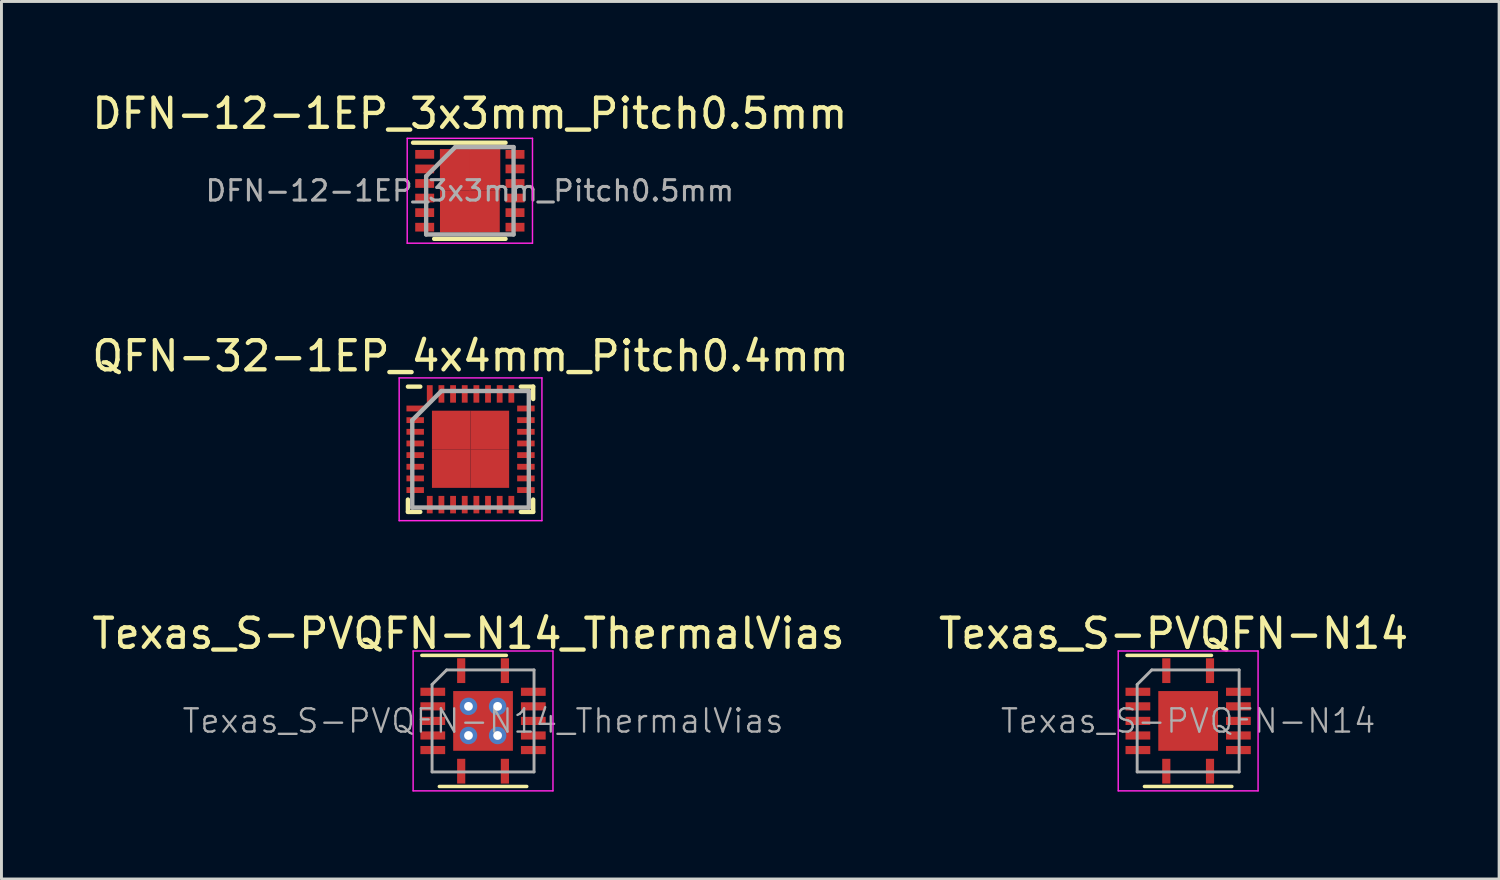
<source format=kicad_pcb>
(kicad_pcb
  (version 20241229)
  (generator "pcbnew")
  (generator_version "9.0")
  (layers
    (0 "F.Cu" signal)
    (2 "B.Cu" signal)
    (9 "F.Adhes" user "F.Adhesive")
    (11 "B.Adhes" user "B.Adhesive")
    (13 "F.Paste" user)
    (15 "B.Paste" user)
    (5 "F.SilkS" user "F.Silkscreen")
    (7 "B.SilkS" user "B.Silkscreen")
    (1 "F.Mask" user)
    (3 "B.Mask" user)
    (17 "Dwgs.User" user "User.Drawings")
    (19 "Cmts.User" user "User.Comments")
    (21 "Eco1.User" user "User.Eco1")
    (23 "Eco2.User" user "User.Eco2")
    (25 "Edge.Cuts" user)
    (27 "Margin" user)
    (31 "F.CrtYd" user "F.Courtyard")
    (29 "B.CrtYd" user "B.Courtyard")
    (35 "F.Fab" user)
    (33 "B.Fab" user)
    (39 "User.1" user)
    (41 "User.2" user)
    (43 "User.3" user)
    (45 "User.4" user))
  (footprint "Texas_S-PVQFN-N14"
    (layer "F.Cu")
    (at 37.732 21.695)
    (property "Reference" "Texas_S-PVQFN-N14" (at -0.5 -3 0) (layer "F.SilkS") (effects (font (size 1 1) (thickness 0.15))))
    (attr smd)
    (fp_line (start -1.5 2.25) (end 1.5 2.25) (stroke (width 0.12) (type solid)) (layer "F.SilkS"))
    (fp_line (start 0.8 -2.25) (end -2.1 -2.25) (stroke (width 0.12) (type solid)) (layer "F.SilkS"))
    (fp_line (start -2.4 -2.4) (end 2.4 -2.4) (stroke (width 0.05) (type solid)) (layer "F.CrtYd"))
    (fp_line (start -2.4 2.4) (end -2.4 -2.4) (stroke (width 0.05) (type solid)) (layer "F.CrtYd"))
    (fp_line (start 2.4 -2.4) (end 2.4 2.4) (stroke (width 0.05) (type solid)) (layer "F.CrtYd"))
    (fp_line (start 2.4 2.4) (end -2.4 2.4) (stroke (width 0.05) (type solid)) (layer "F.CrtYd"))
    (fp_line (start -1.75 1.75) (end -1.75 -1.25) (stroke (width 0.1) (type solid)) (layer "F.Fab"))
    (fp_line (start -1.25 -1.75) (end -1.75 -1.25) (stroke (width 0.1) (type solid)) (layer "F.Fab"))
    (fp_line (start -1.25 -1.75) (end 1.75 -1.75) (stroke (width 0.1) (type solid)) (layer "F.Fab"))
    (fp_line (start 1.75 -1.75) (end 1.75 1.75) (stroke (width 0.1) (type solid)) (layer "F.Fab"))
    (fp_line (start 1.75 1.75) (end -1.75 1.75) (stroke (width 0.1) (type solid)) (layer "F.Fab"))
    (fp_text user "${REFERENCE}" (at 0 0 0) (layer "F.Fab") (effects (font (size 0.8 0.8) (thickness 0.08))))
    (pad "" smd rect (at -0.56 -0.56 270) (size 0.82 0.82) (layers "F.Paste"))
    (pad "" smd rect (at -0.56 0.56 270) (size 0.82 0.82) (layers "F.Paste"))
    (pad "" smd rect (at 0.56 -0.56 270) (size 0.82 0.82) (layers "F.Paste"))
    (pad "" smd rect (at 0.56 0.56 270) (size 0.82 0.82) (layers "F.Paste"))
    (pad "1" smd rect (at -0.75 -1.725 270) (size 0.85 0.28) (layers "F.Cu" "F.Mask" "F.Paste"))
    (pad "2" smd rect (at -1.725 -1 270) (size 0.28 0.85) (layers "F.Cu" "F.Mask" "F.Paste"))
    (pad "3" smd rect (at -1.725 -0.5 270) (size 0.28 0.85) (layers "F.Cu" "F.Mask" "F.Paste"))
    (pad "4" smd rect (at -1.725 0 270) (size 0.28 0.85) (layers "F.Cu" "F.Mask" "F.Paste"))
    (pad "5" smd rect (at -1.725 0.5 270) (size 0.28 0.85) (layers "F.Cu" "F.Mask" "F.Paste"))
    (pad "6" smd rect (at -1.725 1 270) (size 0.28 0.85) (layers "F.Cu" "F.Mask" "F.Paste"))
    (pad "7" smd rect (at -0.75 1.725 270) (size 0.85 0.28) (layers "F.Cu" "F.Mask" "F.Paste"))
    (pad "8" smd rect (at 0.75 1.725 270) (size 0.85 0.28) (layers "F.Cu" "F.Mask" "F.Paste"))
    (pad "9" smd rect (at 1.725 1 270) (size 0.28 0.85) (layers "F.Cu" "F.Mask" "F.Paste"))
    (pad "10" smd rect (at 1.725 0.5 270) (size 0.28 0.85) (layers "F.Cu" "F.Mask" "F.Paste"))
    (pad "11" smd rect (at 1.725 0 270) (size 0.28 0.85) (layers "F.Cu" "F.Mask" "F.Paste"))
    (pad "12" smd rect (at 1.725 -0.5 270) (size 0.28 0.85) (layers "F.Cu" "F.Mask" "F.Paste"))
    (pad "13" smd rect (at 1.725 -1 270) (size 0.28 0.85) (layers "F.Cu" "F.Mask" "F.Paste"))
    (pad "14" smd rect (at 0.75 -1.725 270) (size 0.85 0.28) (layers "F.Cu" "F.Mask" "F.Paste"))
    (pad "15" smd rect (at 0 0 270) (size 2.05 2.05) (layers "F.Cu" "F.Mask")))
  (footprint "Texas_S-PVQFN-N14_ThermalVias"
    (layer "F.Cu")
    (at 13.53 21.695)
    (property "Reference" "Texas_S-PVQFN-N14_ThermalVias" (at -0.5 -3 0) (layer "F.SilkS") (effects (font (size 1 1) (thickness 0.15))))
    (attr smd)
    (fp_line (start -1.5 2.25) (end 1.5 2.25) (stroke (width 0.12) (type solid)) (layer "F.SilkS"))
    (fp_line (start 0.8 -2.25) (end -2.1 -2.25) (stroke (width 0.12) (type solid)) (layer "F.SilkS"))
    (fp_line (start -2.4 -2.4) (end 2.4 -2.4) (stroke (width 0.05) (type solid)) (layer "F.CrtYd"))
    (fp_line (start -2.4 2.4) (end -2.4 -2.4) (stroke (width 0.05) (type solid)) (layer "F.CrtYd"))
    (fp_line (start 2.4 -2.4) (end 2.4 2.4) (stroke (width 0.05) (type solid)) (layer "F.CrtYd"))
    (fp_line (start 2.4 2.4) (end -2.4 2.4) (stroke (width 0.05) (type solid)) (layer "F.CrtYd"))
    (fp_line (start -1.75 1.75) (end -1.75 -1.25) (stroke (width 0.1) (type solid)) (layer "F.Fab"))
    (fp_line (start -1.25 -1.75) (end -1.75 -1.25) (stroke (width 0.1) (type solid)) (layer "F.Fab"))
    (fp_line (start -1.25 -1.75) (end 1.75 -1.75) (stroke (width 0.1) (type solid)) (layer "F.Fab"))
    (fp_line (start 1.75 -1.75) (end 1.75 1.75) (stroke (width 0.1) (type solid)) (layer "F.Fab"))
    (fp_line (start 1.75 1.75) (end -1.75 1.75) (stroke (width 0.1) (type solid)) (layer "F.Fab"))
    (fp_text user "${REFERENCE}" (at 0 0 0) (layer "F.Fab") (effects (font (size 0.8 0.8) (thickness 0.08))))
    (pad "" smd rect (at -0.56 -0.56 270) (size 0.82 0.82) (layers "F.Paste"))
    (pad "" smd rect (at -0.56 0.56 270) (size 0.82 0.82) (layers "F.Paste"))
    (pad "" smd rect (at 0.56 -0.56 270) (size 0.82 0.82) (layers "F.Paste"))
    (pad "" smd rect (at 0.56 0.56 270) (size 0.82 0.82) (layers "F.Paste"))
    (pad "1" smd rect (at -0.75 -1.725 270) (size 0.85 0.28) (layers "F.Cu" "F.Mask" "F.Paste"))
    (pad "2" smd rect (at -1.725 -1 270) (size 0.28 0.85) (layers "F.Cu" "F.Mask" "F.Paste"))
    (pad "3" smd rect (at -1.725 -0.5 270) (size 0.28 0.85) (layers "F.Cu" "F.Mask" "F.Paste"))
    (pad "4" smd rect (at -1.725 0 270) (size 0.28 0.85) (layers "F.Cu" "F.Mask" "F.Paste"))
    (pad "5" smd rect (at -1.725 0.5 270) (size 0.28 0.85) (layers "F.Cu" "F.Mask" "F.Paste"))
    (pad "6" smd rect (at -1.725 1 270) (size 0.28 0.85) (layers "F.Cu" "F.Mask" "F.Paste"))
    (pad "7" smd rect (at -0.75 1.725 270) (size 0.85 0.28) (layers "F.Cu" "F.Mask" "F.Paste"))
    (pad "8" smd rect (at 0.75 1.725 270) (size 0.85 0.28) (layers "F.Cu" "F.Mask" "F.Paste"))
    (pad "9" smd rect (at 1.725 1 270) (size 0.28 0.85) (layers "F.Cu" "F.Mask" "F.Paste"))
    (pad "10" smd rect (at 1.725 0.5 270) (size 0.28 0.85) (layers "F.Cu" "F.Mask" "F.Paste"))
    (pad "11" smd rect (at 1.725 0 270) (size 0.28 0.85) (layers "F.Cu" "F.Mask" "F.Paste"))
    (pad "12" smd rect (at 1.725 -0.5 270) (size 0.28 0.85) (layers "F.Cu" "F.Mask" "F.Paste"))
    (pad "13" smd rect (at 1.725 -1 270) (size 0.28 0.85) (layers "F.Cu" "F.Mask" "F.Paste"))
    (pad "14" smd rect (at 0.75 -1.725 270) (size 0.85 0.28) (layers "F.Cu" "F.Mask" "F.Paste"))
    (pad "15" thru_hole circle (at -0.5 -0.5 270) (size 0.6 0.6) (drill 0.3) (layers "*.Cu" "F.Mask"))
    (pad "15" thru_hole circle (at -0.5 0.5 270) (size 0.6 0.6) (drill 0.3) (layers "*.Cu" "F.Mask"))
    (pad "15" smd rect (at 0 0 270) (size 2.05 2.05) (layers "F.Cu" "F.Mask"))
    (pad "15" thru_hole circle (at 0.5 -0.5 270) (size 0.6 0.6) (drill 0.3) (layers "*.Cu" "F.Mask"))
    (pad "15" thru_hole circle (at 0.5 0.5 270) (size 0.6 0.6) (drill 0.3) (layers "*.Cu" "F.Mask")))
  (footprint "QFN-32-1EP_4x4mm_Pitch0.4mm"
    (layer "F.Cu")
    (at 13.101 12.371)
    (property "Reference" "QFN-32-1EP_4x4mm_Pitch0.4mm" (at 0 -3.2 0) (layer "F.SilkS") (effects (font (size 1 1) (thickness 0.15))))
    (attr smd)
    (fp_line (start -2.15 -2.15) (end -1.725 -2.15) (stroke (width 0.15) (type solid)) (layer "F.SilkS"))
    (fp_line (start -2.15 2.15) (end -2.15 1.725) (stroke (width 0.15) (type solid)) (layer "F.SilkS"))
    (fp_line (start -2.15 2.15) (end -1.725 2.15) (stroke (width 0.15) (type solid)) (layer "F.SilkS"))
    (fp_line (start 2.15 -2.15) (end 1.725 -2.15) (stroke (width 0.15) (type solid)) (layer "F.SilkS"))
    (fp_line (start 2.15 -2.15) (end 2.15 -1.725) (stroke (width 0.15) (type solid)) (layer "F.SilkS"))
    (fp_line (start 2.15 2.15) (end 1.725 2.15) (stroke (width 0.15) (type solid)) (layer "F.SilkS"))
    (fp_line (start 2.15 2.15) (end 2.15 1.725) (stroke (width 0.15) (type solid)) (layer "F.SilkS"))
    (fp_line (start -2.45 -2.45) (end -2.45 2.45) (stroke (width 0.05) (type solid)) (layer "F.CrtYd"))
    (fp_line (start -2.45 -2.45) (end 2.45 -2.45) (stroke (width 0.05) (type solid)) (layer "F.CrtYd"))
    (fp_line (start -2.45 2.45) (end 2.45 2.45) (stroke (width 0.05) (type solid)) (layer "F.CrtYd"))
    (fp_line (start 2.45 -2.45) (end 2.45 2.45) (stroke (width 0.05) (type solid)) (layer "F.CrtYd"))
    (fp_line (start -2 -1) (end -1 -2) (stroke (width 0.15) (type solid)) (layer "F.Fab"))
    (fp_line (start -2 2) (end -2 -1) (stroke (width 0.15) (type solid)) (layer "F.Fab"))
    (fp_line (start -1 -2) (end 2 -2) (stroke (width 0.15) (type solid)) (layer "F.Fab"))
    (fp_line (start 2 -2) (end 2 2) (stroke (width 0.15) (type solid)) (layer "F.Fab"))
    (fp_line (start 2 2) (end -2 2) (stroke (width 0.15) (type solid)) (layer "F.Fab"))
    (pad "1" smd rect (at -1.9 -1.4) (size 0.6 0.2) (layers "F.Cu" "F.Mask" "F.Paste"))
    (pad "2" smd rect (at -1.9 -1) (size 0.6 0.2) (layers "F.Cu" "F.Mask" "F.Paste"))
    (pad "3" smd rect (at -1.9 -0.6) (size 0.6 0.2) (layers "F.Cu" "F.Mask" "F.Paste"))
    (pad "4" smd rect (at -1.9 -0.2) (size 0.6 0.2) (layers "F.Cu" "F.Mask" "F.Paste"))
    (pad "5" smd rect (at -1.9 0.2) (size 0.6 0.2) (layers "F.Cu" "F.Mask" "F.Paste"))
    (pad "6" smd rect (at -1.9 0.6) (size 0.6 0.2) (layers "F.Cu" "F.Mask" "F.Paste"))
    (pad "7" smd rect (at -1.9 1) (size 0.6 0.2) (layers "F.Cu" "F.Mask" "F.Paste"))
    (pad "8" smd rect (at -1.9 1.4) (size 0.6 0.2) (layers "F.Cu" "F.Mask" "F.Paste"))
    (pad "9" smd rect (at -1.4 1.9 90) (size 0.6 0.2) (layers "F.Cu" "F.Mask" "F.Paste"))
    (pad "10" smd rect (at -1 1.9 90) (size 0.6 0.2) (layers "F.Cu" "F.Mask" "F.Paste"))
    (pad "11" smd rect (at -0.6 1.9 90) (size 0.6 0.2) (layers "F.Cu" "F.Mask" "F.Paste"))
    (pad "12" smd rect (at -0.2 1.9 90) (size 0.6 0.2) (layers "F.Cu" "F.Mask" "F.Paste"))
    (pad "13" smd rect (at 0.2 1.9 90) (size 0.6 0.2) (layers "F.Cu" "F.Mask" "F.Paste"))
    (pad "14" smd rect (at 0.6 1.9 90) (size 0.6 0.2) (layers "F.Cu" "F.Mask" "F.Paste"))
    (pad "15" smd rect (at 1 1.9 90) (size 0.6 0.2) (layers "F.Cu" "F.Mask" "F.Paste"))
    (pad "16" smd rect (at 1.4 1.9 90) (size 0.6 0.2) (layers "F.Cu" "F.Mask" "F.Paste"))
    (pad "17" smd rect (at 1.9 1.4) (size 0.6 0.2) (layers "F.Cu" "F.Mask" "F.Paste"))
    (pad "18" smd rect (at 1.9 1) (size 0.6 0.2) (layers "F.Cu" "F.Mask" "F.Paste"))
    (pad "19" smd rect (at 1.9 0.6) (size 0.6 0.2) (layers "F.Cu" "F.Mask" "F.Paste"))
    (pad "20" smd rect (at 1.9 0.2) (size 0.6 0.2) (layers "F.Cu" "F.Mask" "F.Paste"))
    (pad "21" smd rect (at 1.9 -0.2) (size 0.6 0.2) (layers "F.Cu" "F.Mask" "F.Paste"))
    (pad "22" smd rect (at 1.9 -0.6) (size 0.6 0.2) (layers "F.Cu" "F.Mask" "F.Paste"))
    (pad "23" smd rect (at 1.9 -1) (size 0.6 0.2) (layers "F.Cu" "F.Mask" "F.Paste"))
    (pad "24" smd rect (at 1.9 -1.4) (size 0.6 0.2) (layers "F.Cu" "F.Mask" "F.Paste"))
    (pad "25" smd rect (at 1.4 -1.9 90) (size 0.6 0.2) (layers "F.Cu" "F.Mask" "F.Paste"))
    (pad "26" smd rect (at 1 -1.9 90) (size 0.6 0.2) (layers "F.Cu" "F.Mask" "F.Paste"))
    (pad "27" smd rect (at 0.6 -1.9 90) (size 0.6 0.2) (layers "F.Cu" "F.Mask" "F.Paste"))
    (pad "28" smd rect (at 0.2 -1.9 90) (size 0.6 0.2) (layers "F.Cu" "F.Mask" "F.Paste"))
    (pad "29" smd rect (at -0.2 -1.9 90) (size 0.6 0.2) (layers "F.Cu" "F.Mask" "F.Paste"))
    (pad "30" smd rect (at -0.6 -1.9 90) (size 0.6 0.2) (layers "F.Cu" "F.Mask" "F.Paste"))
    (pad "31" smd rect (at -1 -1.9 90) (size 0.6 0.2) (layers "F.Cu" "F.Mask" "F.Paste"))
    (pad "32" smd rect (at -1.4 -1.9 90) (size 0.6 0.2) (layers "F.Cu" "F.Mask" "F.Paste"))
    (pad "33" smd rect (at -0.662 -0.662) (size 1.325 1.325) (layers "F.Cu" "F.Mask" "F.Paste"))
    (pad "33" smd rect (at -0.662 0.662) (size 1.325 1.325) (layers "F.Cu" "F.Mask" "F.Paste"))
    (pad "33" smd rect (at 0.662 -0.662) (size 1.325 1.325) (layers "F.Cu" "F.Mask" "F.Paste"))
    (pad "33" smd rect (at 0.662 0.662) (size 1.325 1.325) (layers "F.Cu" "F.Mask" "F.Paste")))
  (footprint "DFN-12-1EP_3x3mm_Pitch0.5mm"
    (layer "F.Cu")
    (at 13.077 3.498)
    (property "Reference" "DFN-12-1EP_3x3mm_Pitch0.5mm" (at 0 -2.65 0) (layer "F.SilkS") (effects (font (size 1 1) (thickness 0.15))))
    (attr smd)
    (fp_line (start -1.95 -1.65) (end 1.225 -1.65) (stroke (width 0.15) (type solid)) (layer "F.SilkS"))
    (fp_line (start -1.225 1.65) (end 1.225 1.65) (stroke (width 0.15) (type solid)) (layer "F.SilkS"))
    (fp_line (start -2.15 -1.8) (end -2.15 1.8) (stroke (width 0.05) (type solid)) (layer "F.CrtYd"))
    (fp_line (start -2.15 -1.8) (end 2.15 -1.8) (stroke (width 0.05) (type solid)) (layer "F.CrtYd"))
    (fp_line (start -2.15 1.8) (end 2.15 1.8) (stroke (width 0.05) (type solid)) (layer "F.CrtYd"))
    (fp_line (start 2.15 -1.8) (end 2.15 1.8) (stroke (width 0.05) (type solid)) (layer "F.CrtYd"))
    (fp_line (start -1.5 -0.5) (end -0.5 -1.5) (stroke (width 0.15) (type solid)) (layer "F.Fab"))
    (fp_line (start -1.5 1.5) (end -1.5 -0.5) (stroke (width 0.15) (type solid)) (layer "F.Fab"))
    (fp_line (start -0.5 -1.5) (end 1.5 -1.5) (stroke (width 0.15) (type solid)) (layer "F.Fab"))
    (fp_line (start 1.5 -1.5) (end 1.5 1.5) (stroke (width 0.15) (type solid)) (layer "F.Fab"))
    (fp_line (start 1.5 1.5) (end -1.5 1.5) (stroke (width 0.15) (type solid)) (layer "F.Fab"))
    (fp_text user "${REFERENCE}" (at 0 0 0) (layer "F.Fab") (effects (font (size 0.7 0.7) (thickness 0.105))))
    (pad "1" smd rect (at -1.55 -1.25) (size 0.65 0.3) (layers "F.Cu" "F.Mask" "F.Paste"))
    (pad "2" smd rect (at -1.55 -0.75) (size 0.65 0.3) (layers "F.Cu" "F.Mask" "F.Paste"))
    (pad "3" smd rect (at -1.55 -0.25) (size 0.65 0.3) (layers "F.Cu" "F.Mask" "F.Paste"))
    (pad "4" smd rect (at -1.55 0.25) (size 0.65 0.3) (layers "F.Cu" "F.Mask" "F.Paste"))
    (pad "5" smd rect (at -1.55 0.75) (size 0.65 0.3) (layers "F.Cu" "F.Mask" "F.Paste"))
    (pad "6" smd rect (at -1.55 1.25) (size 0.65 0.3) (layers "F.Cu" "F.Mask" "F.Paste"))
    (pad "7" smd rect (at 1.55 1.25) (size 0.65 0.3) (layers "F.Cu" "F.Mask" "F.Paste"))
    (pad "8" smd rect (at 1.55 0.75) (size 0.65 0.3) (layers "F.Cu" "F.Mask" "F.Paste"))
    (pad "9" smd rect (at 1.55 0.25) (size 0.65 0.3) (layers "F.Cu" "F.Mask" "F.Paste"))
    (pad "10" smd rect (at 1.55 -0.25) (size 0.65 0.3) (layers "F.Cu" "F.Mask" "F.Paste"))
    (pad "11" smd rect (at 1.55 -0.75) (size 0.65 0.3) (layers "F.Cu" "F.Mask" "F.Paste"))
    (pad "12" smd rect (at 1.55 -1.25) (size 0.65 0.3) (layers "F.Cu" "F.Mask" "F.Paste"))
    (pad "13" smd rect (at -0.502 -0.715) (size 1.05 1.43) (layers "F.Cu" "F.Mask" "F.Paste"))
    (pad "13" smd rect (at -0.5 0.715) (size 1.05 1.43) (layers "F.Cu" "F.Mask" "F.Paste"))
    (pad "13" smd rect (at 0.502 0.715) (size 1.05 1.43) (layers "F.Cu" "F.Mask" "F.Paste"))
    (pad "13" smd rect (at 0.52 -0.715) (size 1.05 1.43) (layers "F.Cu" "F.Mask" "F.Paste")))
  (gr_rect
    (start -3 -3)
    (end 48.405 27.12)
    (stroke (width 0.1) (type default))
    (fill no)
    (layer "Edge.Cuts")))
</source>
